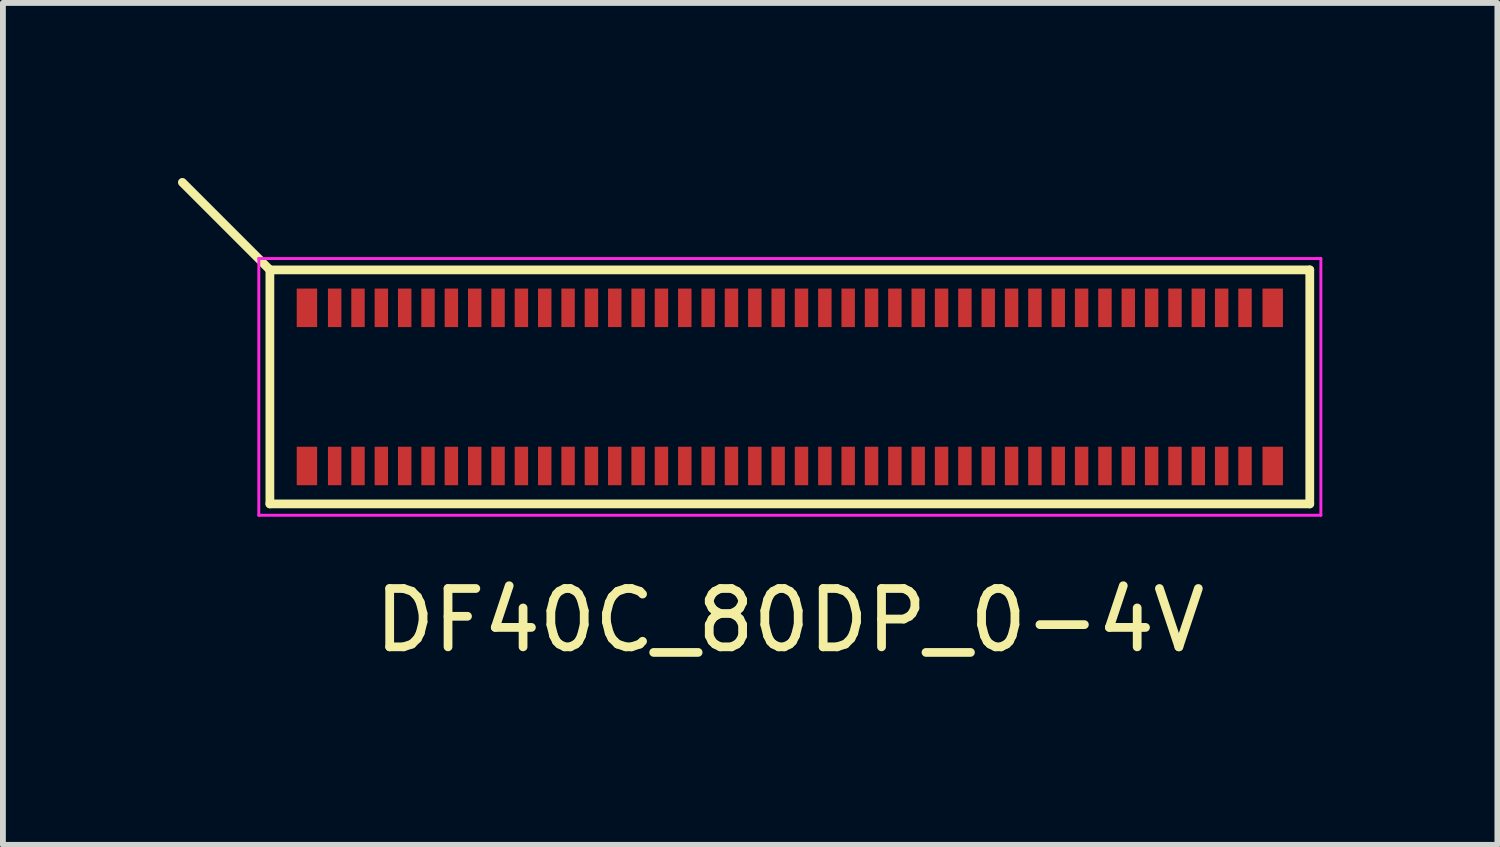
<source format=kicad_pcb>
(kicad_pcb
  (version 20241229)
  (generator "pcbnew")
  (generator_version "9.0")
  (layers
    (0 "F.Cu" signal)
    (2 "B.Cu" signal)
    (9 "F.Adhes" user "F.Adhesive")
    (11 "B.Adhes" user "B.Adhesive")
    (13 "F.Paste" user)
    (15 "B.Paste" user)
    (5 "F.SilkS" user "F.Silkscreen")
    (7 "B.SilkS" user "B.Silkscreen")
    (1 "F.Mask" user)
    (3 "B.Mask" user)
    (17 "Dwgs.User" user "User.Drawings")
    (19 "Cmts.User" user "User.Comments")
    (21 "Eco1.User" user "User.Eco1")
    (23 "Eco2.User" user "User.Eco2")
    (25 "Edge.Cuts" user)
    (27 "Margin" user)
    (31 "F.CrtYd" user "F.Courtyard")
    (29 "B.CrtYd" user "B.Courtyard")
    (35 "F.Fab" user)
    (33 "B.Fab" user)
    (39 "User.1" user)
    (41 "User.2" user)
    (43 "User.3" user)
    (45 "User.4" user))
  (footprint "DF40C_80DP_0-4V"
    (layer "F.Cu")
    (at 10.485 3.58)
    (property "Reference" "DF40C_80DP_0-4V" (at 0 4 0) (layer "F.SilkS") (effects (font (size 1 1) (thickness 0.15))))
    (attr smd)
    (fp_line (start -8.91 -2.005) (end -10.41 -3.505) (stroke (width 0.15) (type solid)) (layer "F.SilkS"))
    (fp_line (start -8.91 -2.005) (end -8.91 2.005) (stroke (width 0.15) (type solid)) (layer "F.SilkS"))
    (fp_line (start -8.91 -2.005) (end 8.91 -2.005) (stroke (width 0.15) (type solid)) (layer "F.SilkS"))
    (fp_line (start 8.91 2.005) (end -8.91 2.005) (stroke (width 0.15) (type solid)) (layer "F.SilkS"))
    (fp_line (start 8.91 2.005) (end 8.91 -2.005) (stroke (width 0.15) (type solid)) (layer "F.SilkS"))
    (fp_line (start -9.1 -2.2) (end -9.1 2.2) (stroke (width 0.05) (type solid)) (layer "F.CrtYd"))
    (fp_line (start -9.1 -2.2) (end 9.1 -2.2) (stroke (width 0.05) (type solid)) (layer "F.CrtYd"))
    (fp_line (start 9.1 2.2) (end -9.1 2.2) (stroke (width 0.05) (type solid)) (layer "F.CrtYd"))
    (fp_line (start 9.1 2.2) (end 9.1 -2.2) (stroke (width 0.05) (type solid)) (layer "F.CrtYd"))
    (pad "1" smd rect (at -7.8 1.355) (size 0.23 0.66) (layers "F.Cu" "F.Mask" "F.Paste"))
    (pad "2" smd rect (at -7.8 -1.355) (size 0.23 0.66) (layers "F.Cu" "F.Mask" "F.Paste"))
    (pad "3" smd rect (at -7.4 1.355) (size 0.23 0.66) (layers "F.Cu" "F.Mask" "F.Paste"))
    (pad "4" smd rect (at -7.4 -1.355) (size 0.23 0.66) (layers "F.Cu" "F.Mask" "F.Paste"))
    (pad "5" smd rect (at -7 1.355) (size 0.23 0.66) (layers "F.Cu" "F.Mask" "F.Paste"))
    (pad "6" smd rect (at -7 -1.355) (size 0.23 0.66) (layers "F.Cu" "F.Mask" "F.Paste"))
    (pad "7" smd rect (at -6.6 1.355) (size 0.23 0.66) (layers "F.Cu" "F.Mask" "F.Paste"))
    (pad "8" smd rect (at -6.6 -1.355) (size 0.23 0.66) (layers "F.Cu" "F.Mask" "F.Paste"))
    (pad "9" smd rect (at -6.2 1.355) (size 0.23 0.66) (layers "F.Cu" "F.Mask" "F.Paste"))
    (pad "10" smd rect (at -6.2 -1.355) (size 0.23 0.66) (layers "F.Cu" "F.Mask" "F.Paste"))
    (pad "11" smd rect (at -5.8 1.355) (size 0.23 0.66) (layers "F.Cu" "F.Mask" "F.Paste"))
    (pad "12" smd rect (at -5.8 -1.355) (size 0.23 0.66) (layers "F.Cu" "F.Mask" "F.Paste"))
    (pad "13" smd rect (at -5.4 1.355) (size 0.23 0.66) (layers "F.Cu" "F.Mask" "F.Paste"))
    (pad "14" smd rect (at -5.4 -1.355) (size 0.23 0.66) (layers "F.Cu" "F.Mask" "F.Paste"))
    (pad "15" smd rect (at -5 1.355) (size 0.23 0.66) (layers "F.Cu" "F.Mask" "F.Paste"))
    (pad "16" smd rect (at -5 -1.355) (size 0.23 0.66) (layers "F.Cu" "F.Mask" "F.Paste"))
    (pad "17" smd rect (at -4.6 1.355) (size 0.23 0.66) (layers "F.Cu" "F.Mask" "F.Paste"))
    (pad "18" smd rect (at -4.6 -1.355) (size 0.23 0.66) (layers "F.Cu" "F.Mask" "F.Paste"))
    (pad "19" smd rect (at -4.2 1.355) (size 0.23 0.66) (layers "F.Cu" "F.Mask" "F.Paste"))
    (pad "20" smd rect (at -4.2 -1.355) (size 0.23 0.66) (layers "F.Cu" "F.Mask" "F.Paste"))
    (pad "21" smd rect (at -3.8 1.355) (size 0.23 0.66) (layers "F.Cu" "F.Mask" "F.Paste"))
    (pad "22" smd rect (at -3.8 -1.355) (size 0.23 0.66) (layers "F.Cu" "F.Mask" "F.Paste"))
    (pad "23" smd rect (at -3.4 1.355) (size 0.23 0.66) (layers "F.Cu" "F.Mask" "F.Paste"))
    (pad "24" smd rect (at -3.4 -1.355) (size 0.23 0.66) (layers "F.Cu" "F.Mask" "F.Paste"))
    (pad "25" smd rect (at -3 1.355) (size 0.23 0.66) (layers "F.Cu" "F.Mask" "F.Paste"))
    (pad "26" smd rect (at -3 -1.355) (size 0.23 0.66) (layers "F.Cu" "F.Mask" "F.Paste"))
    (pad "27" smd rect (at -2.6 1.355) (size 0.23 0.66) (layers "F.Cu" "F.Mask" "F.Paste"))
    (pad "28" smd rect (at -2.6 -1.355) (size 0.23 0.66) (layers "F.Cu" "F.Mask" "F.Paste"))
    (pad "29" smd rect (at -2.2 1.355) (size 0.23 0.66) (layers "F.Cu" "F.Mask" "F.Paste"))
    (pad "30" smd rect (at -2.2 -1.355) (size 0.23 0.66) (layers "F.Cu" "F.Mask" "F.Paste"))
    (pad "31" smd rect (at -1.8 1.355) (size 0.23 0.66) (layers "F.Cu" "F.Mask" "F.Paste"))
    (pad "32" smd rect (at -1.8 -1.355) (size 0.23 0.66) (layers "F.Cu" "F.Mask" "F.Paste"))
    (pad "33" smd rect (at -1.4 1.355) (size 0.23 0.66) (layers "F.Cu" "F.Mask" "F.Paste"))
    (pad "34" smd rect (at -1.4 -1.355) (size 0.23 0.66) (layers "F.Cu" "F.Mask" "F.Paste"))
    (pad "35" smd rect (at -1 1.355) (size 0.23 0.66) (layers "F.Cu" "F.Mask" "F.Paste"))
    (pad "36" smd rect (at -1 -1.355) (size 0.23 0.66) (layers "F.Cu" "F.Mask" "F.Paste"))
    (pad "37" smd rect (at -0.6 1.355) (size 0.23 0.66) (layers "F.Cu" "F.Mask" "F.Paste"))
    (pad "38" smd rect (at -0.6 -1.355) (size 0.23 0.66) (layers "F.Cu" "F.Mask" "F.Paste"))
    (pad "39" smd rect (at -0.2 1.355) (size 0.23 0.66) (layers "F.Cu" "F.Mask" "F.Paste"))
    (pad "40" smd rect (at -0.2 -1.355) (size 0.23 0.66) (layers "F.Cu" "F.Mask" "F.Paste"))
    (pad "41" smd rect (at 0.2 1.355) (size 0.23 0.66) (layers "F.Cu" "F.Mask" "F.Paste"))
    (pad "42" smd rect (at 0.2 -1.355) (size 0.23 0.66) (layers "F.Cu" "F.Mask" "F.Paste"))
    (pad "43" smd rect (at 0.6 1.355) (size 0.23 0.66) (layers "F.Cu" "F.Mask" "F.Paste"))
    (pad "44" smd rect (at 0.6 -1.355) (size 0.23 0.66) (layers "F.Cu" "F.Mask" "F.Paste"))
    (pad "45" smd rect (at 1 1.355) (size 0.23 0.66) (layers "F.Cu" "F.Mask" "F.Paste"))
    (pad "46" smd rect (at 1 -1.355) (size 0.23 0.66) (layers "F.Cu" "F.Mask" "F.Paste"))
    (pad "47" smd rect (at 1.4 1.355) (size 0.23 0.66) (layers "F.Cu" "F.Mask" "F.Paste"))
    (pad "48" smd rect (at 1.4 -1.355) (size 0.23 0.66) (layers "F.Cu" "F.Mask" "F.Paste"))
    (pad "49" smd rect (at 1.8 1.355) (size 0.23 0.66) (layers "F.Cu" "F.Mask" "F.Paste"))
    (pad "50" smd rect (at 1.8 -1.355) (size 0.23 0.66) (layers "F.Cu" "F.Mask" "F.Paste"))
    (pad "51" smd rect (at 2.2 1.355) (size 0.23 0.66) (layers "F.Cu" "F.Mask" "F.Paste"))
    (pad "52" smd rect (at 2.2 -1.355) (size 0.23 0.66) (layers "F.Cu" "F.Mask" "F.Paste"))
    (pad "53" smd rect (at 2.6 1.355) (size 0.23 0.66) (layers "F.Cu" "F.Mask" "F.Paste"))
    (pad "54" smd rect (at 2.6 -1.355) (size 0.23 0.66) (layers "F.Cu" "F.Mask" "F.Paste"))
    (pad "55" smd rect (at 3 1.355) (size 0.23 0.66) (layers "F.Cu" "F.Mask" "F.Paste"))
    (pad "56" smd rect (at 3 -1.355) (size 0.23 0.66) (layers "F.Cu" "F.Mask" "F.Paste"))
    (pad "57" smd rect (at 3.4 1.355) (size 0.23 0.66) (layers "F.Cu" "F.Mask" "F.Paste"))
    (pad "58" smd rect (at 3.4 -1.355) (size 0.23 0.66) (layers "F.Cu" "F.Mask" "F.Paste"))
    (pad "59" smd rect (at 3.8 1.355) (size 0.23 0.66) (layers "F.Cu" "F.Mask" "F.Paste"))
    (pad "60" smd rect (at 3.8 -1.355) (size 0.23 0.66) (layers "F.Cu" "F.Mask" "F.Paste"))
    (pad "61" smd rect (at 4.2 1.355) (size 0.23 0.66) (layers "F.Cu" "F.Mask" "F.Paste"))
    (pad "62" smd rect (at 4.2 -1.355) (size 0.23 0.66) (layers "F.Cu" "F.Mask" "F.Paste"))
    (pad "63" smd rect (at 4.6 1.355) (size 0.23 0.66) (layers "F.Cu" "F.Mask" "F.Paste"))
    (pad "64" smd rect (at 4.6 -1.355) (size 0.23 0.66) (layers "F.Cu" "F.Mask" "F.Paste"))
    (pad "65" smd rect (at 5 1.355) (size 0.23 0.66) (layers "F.Cu" "F.Mask" "F.Paste"))
    (pad "66" smd rect (at 5 -1.355) (size 0.23 0.66) (layers "F.Cu" "F.Mask" "F.Paste"))
    (pad "67" smd rect (at 5.4 1.355) (size 0.23 0.66) (layers "F.Cu" "F.Mask" "F.Paste"))
    (pad "68" smd rect (at 5.4 -1.355) (size 0.23 0.66) (layers "F.Cu" "F.Mask" "F.Paste"))
    (pad "69" smd rect (at 5.8 1.355) (size 0.23 0.66) (layers "F.Cu" "F.Mask" "F.Paste"))
    (pad "70" smd rect (at 5.8 -1.355) (size 0.23 0.66) (layers "F.Cu" "F.Mask" "F.Paste"))
    (pad "71" smd rect (at 6.2 1.355) (size 0.23 0.66) (layers "F.Cu" "F.Mask" "F.Paste"))
    (pad "72" smd rect (at 6.2 -1.355) (size 0.23 0.66) (layers "F.Cu" "F.Mask" "F.Paste"))
    (pad "73" smd rect (at 6.6 1.355) (size 0.23 0.66) (layers "F.Cu" "F.Mask" "F.Paste"))
    (pad "74" smd rect (at 6.6 -1.355) (size 0.23 0.66) (layers "F.Cu" "F.Mask" "F.Paste"))
    (pad "75" smd rect (at 7 1.355) (size 0.23 0.66) (layers "F.Cu" "F.Mask" "F.Paste"))
    (pad "76" smd rect (at 7 -1.355) (size 0.23 0.66) (layers "F.Cu" "F.Mask" "F.Paste"))
    (pad "77" smd rect (at 7.4 1.355) (size 0.23 0.66) (layers "F.Cu" "F.Mask" "F.Paste"))
    (pad "78" smd rect (at 7.4 -1.355) (size 0.23 0.66) (layers "F.Cu" "F.Mask" "F.Paste"))
    (pad "79" smd rect (at 7.8 1.355) (size 0.23 0.66) (layers "F.Cu" "F.Mask" "F.Paste"))
    (pad "80" smd rect (at 7.8 -1.355) (size 0.23 0.66) (layers "F.Cu" "F.Mask" "F.Paste"))
    (pad "MP" smd rect (at -8.275 -1.355) (size 0.35 0.66) (layers "F.Cu" "F.Mask" "F.Paste"))
    (pad "MP" smd rect (at -8.275 1.355) (size 0.35 0.66) (layers "F.Cu" "F.Mask" "F.Paste"))
    (pad "MP" smd rect (at 8.275 -1.355) (size 0.35 0.66) (layers "F.Cu" "F.Mask" "F.Paste"))
    (pad "MP" smd rect (at 8.275 1.355) (size 0.35 0.66) (layers "F.Cu" "F.Mask" "F.Paste")))
  (gr_rect
    (start -3 -3)
    (end 22.61 11.428)
    (stroke (width 0.1) (type default))
    (fill no)
    (layer "Edge.Cuts")))
</source>
